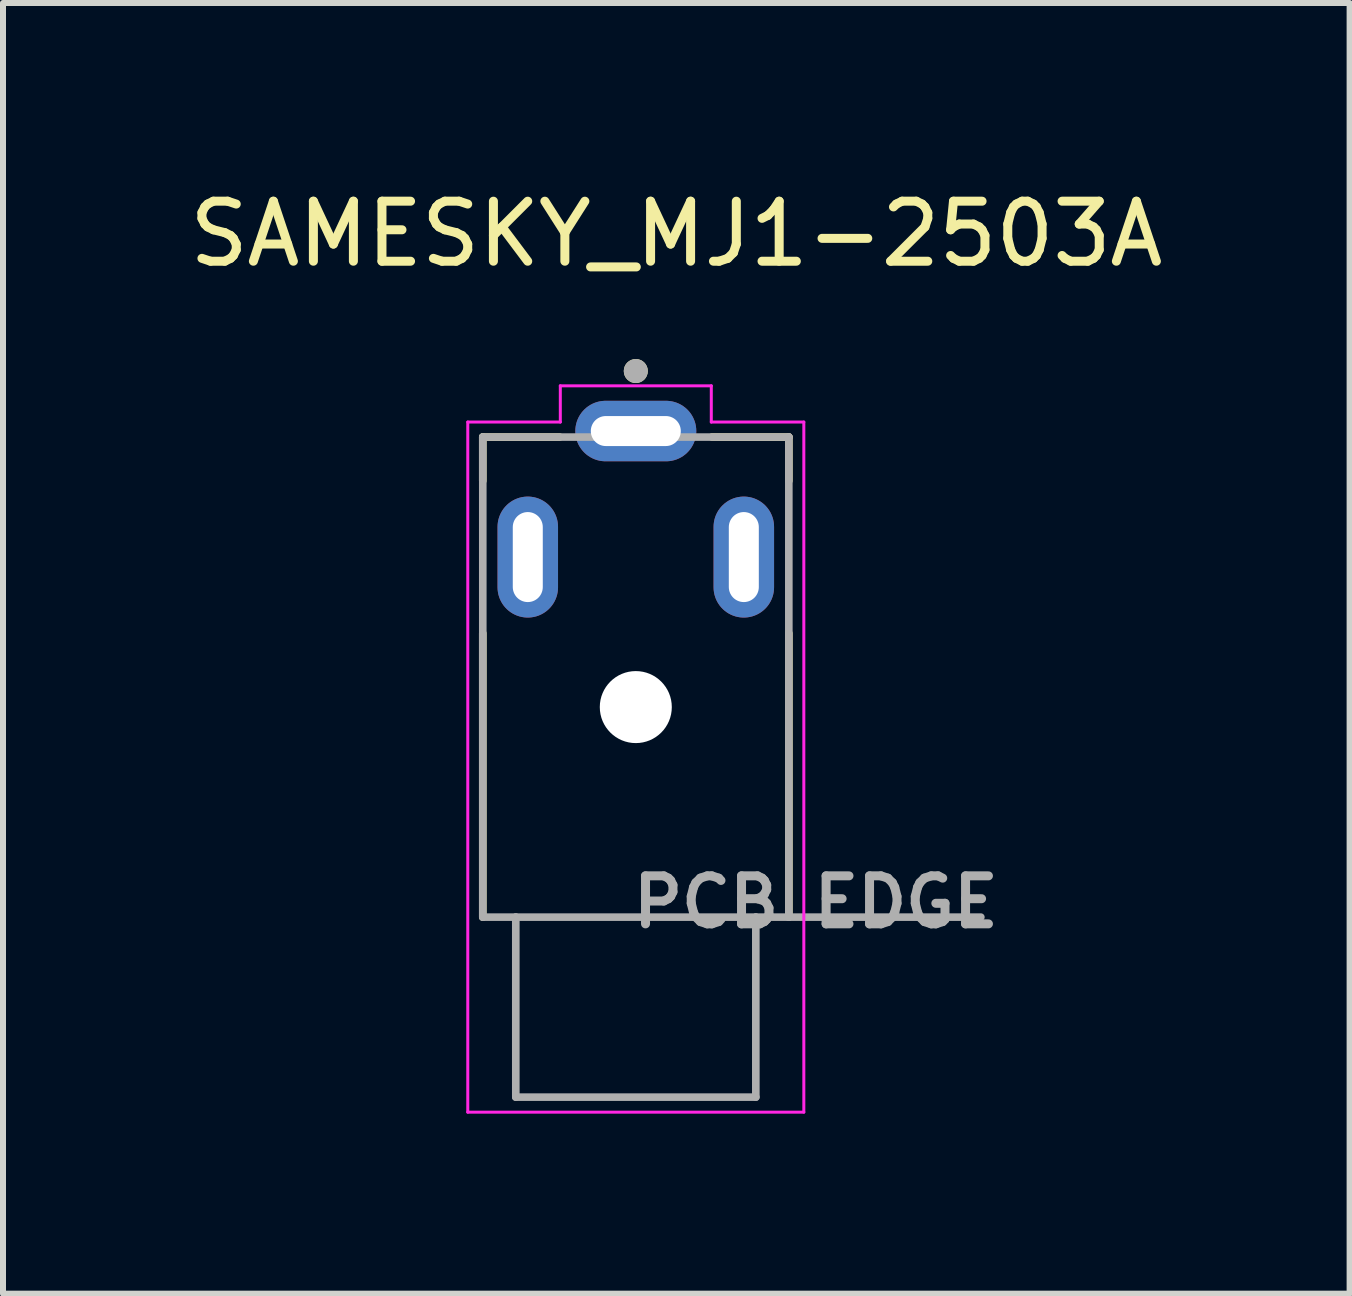
<source format=kicad_pcb>
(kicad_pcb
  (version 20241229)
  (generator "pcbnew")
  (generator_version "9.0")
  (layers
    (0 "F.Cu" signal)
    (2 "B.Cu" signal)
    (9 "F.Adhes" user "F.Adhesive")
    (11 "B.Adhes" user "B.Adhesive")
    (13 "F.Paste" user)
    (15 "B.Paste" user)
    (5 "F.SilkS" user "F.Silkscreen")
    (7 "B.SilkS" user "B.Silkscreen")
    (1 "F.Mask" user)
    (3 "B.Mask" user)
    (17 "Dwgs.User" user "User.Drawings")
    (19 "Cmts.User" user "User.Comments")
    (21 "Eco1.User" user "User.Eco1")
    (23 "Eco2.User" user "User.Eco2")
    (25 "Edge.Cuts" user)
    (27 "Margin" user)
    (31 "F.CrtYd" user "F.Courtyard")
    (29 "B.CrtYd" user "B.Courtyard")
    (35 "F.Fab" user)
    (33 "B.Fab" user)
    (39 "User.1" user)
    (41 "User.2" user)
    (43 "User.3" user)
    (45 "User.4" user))
  (footprint "SAMESKY_MJ1-2503A"
    (layer "F.Cu")
    (at 7.545 8.733)
    (property "Reference" "SAMESKY_MJ1-2503A" (at 0.675 -7.885 0) (layer "F.SilkS") (effects (font (size 1 1) (thickness 0.15))))
    (attr through_hole)
    (fp_line (start -2.55 -4.5) (end -1.27 -4.5) (stroke (width 0.127) (type solid)) (layer "F.SilkS"))
    (fp_line (start -2.55 -3.77) (end -2.55 -4.5) (stroke (width 0.127) (type solid)) (layer "F.SilkS"))
    (fp_line (start -2.55 3.5) (end -2.55 -1.23) (stroke (width 0.127) (type solid)) (layer "F.SilkS"))
    (fp_line (start 1.27 -4.5) (end 2.55 -4.5) (stroke (width 0.127) (type solid)) (layer "F.SilkS"))
    (fp_line (start 2.55 -4.5) (end 2.55 -3.77) (stroke (width 0.127) (type solid)) (layer "F.SilkS"))
    (fp_line (start 2.55 -1.23) (end 2.55 3.5) (stroke (width 0.127) (type solid)) (layer "F.SilkS"))
    (fp_circle (center 0 -5.6) (end 0.1 -5.6) (stroke (width 0.2) (type solid)) (fill no) (layer "F.SilkS"))
    (fp_line (start -2.8 -4.75) (end -1.258 -4.75) (stroke (width 0.05) (type solid)) (layer "F.CrtYd"))
    (fp_line (start -2.8 6.75) (end -2.8 -4.75) (stroke (width 0.05) (type solid)) (layer "F.CrtYd"))
    (fp_line (start -1.258 -5.354) (end 1.258 -5.354) (stroke (width 0.05) (type solid)) (layer "F.CrtYd"))
    (fp_line (start -1.258 -4.75) (end -1.258 -5.354) (stroke (width 0.05) (type solid)) (layer "F.CrtYd"))
    (fp_line (start 1.258 -4.75) (end 1.258 -5.354) (stroke (width 0.05) (type solid)) (layer "F.CrtYd"))
    (fp_line (start 2.8 -4.75) (end 1.258 -4.75) (stroke (width 0.05) (type solid)) (layer "F.CrtYd"))
    (fp_line (start 2.8 -4.75) (end 2.8 6.75) (stroke (width 0.05) (type solid)) (layer "F.CrtYd"))
    (fp_line (start 2.8 6.75) (end -2.8 6.75) (stroke (width 0.05) (type solid)) (layer "F.CrtYd"))
    (fp_line (start -2.55 -4.5) (end 2.55 -4.5) (stroke (width 0.127) (type solid)) (layer "F.Fab"))
    (fp_line (start -2.55 3.5) (end -2.55 -4.5) (stroke (width 0.127) (type solid)) (layer "F.Fab"))
    (fp_line (start -2 3.5) (end -2.55 3.5) (stroke (width 0.127) (type solid)) (layer "F.Fab"))
    (fp_line (start -2 6.5) (end -2 3.5) (stroke (width 0.127) (type solid)) (layer "F.Fab"))
    (fp_line (start 2 3.5) (end -2 3.5) (stroke (width 0.127) (type solid)) (layer "F.Fab"))
    (fp_line (start 2 3.5) (end 2 6.5) (stroke (width 0.127) (type solid)) (layer "F.Fab"))
    (fp_line (start 2 6.5) (end -2 6.5) (stroke (width 0.127) (type solid)) (layer "F.Fab"))
    (fp_line (start 2.55 -4.5) (end 2.55 3.5) (stroke (width 0.127) (type solid)) (layer "F.Fab"))
    (fp_line (start 2.55 3.5) (end 2 3.5) (stroke (width 0.127) (type solid)) (layer "F.Fab"))
    (fp_line (start 2.55 3.5) (end 5.75 3.5) (stroke (width 0.127) (type solid)) (layer "F.Fab"))
    (fp_circle (center 0 -5.6) (end 0.1 -5.6) (stroke (width 0.2) (type solid)) (fill no) (layer "F.Fab"))
    (fp_text user "PCB EDGE" (at 3 3.25 0) (layer "F.Fab") (effects (font (size 0.8 0.8) (thickness 0.15))))
    (pad "" np_thru_hole circle (at 0 0) (size 1.2 1.2) (drill 1.2) (layers "*.Cu" "*.Mask"))
    (pad "1" thru_hole oval (at 0 -4.6) (size 2.016 1.008) (drill oval 1.5 0.5) (layers "*.Cu" "*.Mask"))
    (pad "2" thru_hole oval (at 1.8 -2.5) (size 1.008 2.016) (drill oval 0.5 1.5) (layers "*.Cu" "*.Mask"))
    (pad "3" thru_hole oval (at -1.8 -2.5) (size 1.008 2.016) (drill oval 0.5 1.5) (layers "*.Cu" "*.Mask")))
  (gr_rect
    (start -3 -3)
    (end 19.44 18.508)
    (stroke (width 0.1) (type default))
    (fill no)
    (layer "Edge.Cuts")))
</source>
